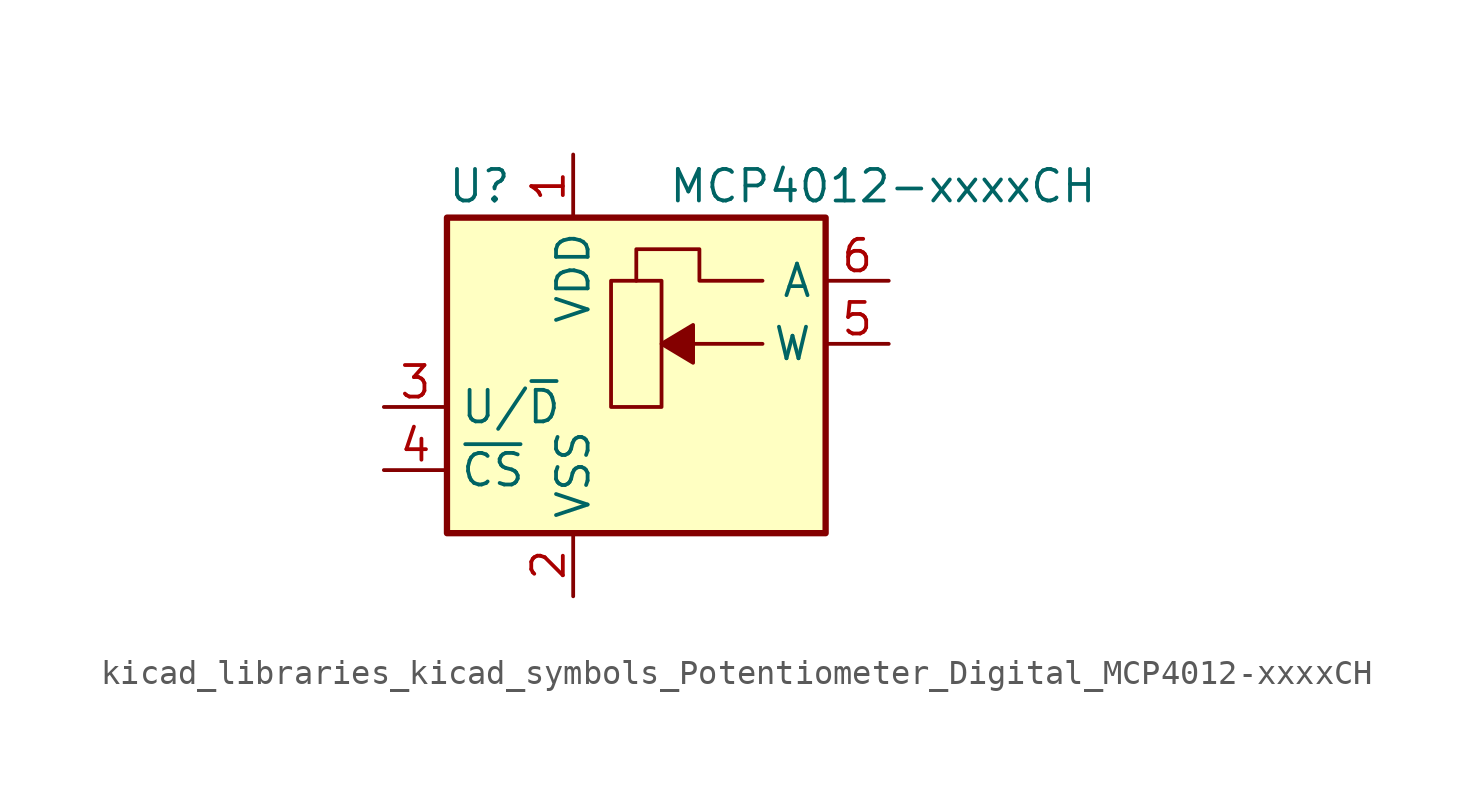
<source format=kicad_sym>
(kicad_symbol_lib
  (version 20220914)
  (generator kicad_symbol_editor)
  (symbol "kicad_libraries_kicad_symbols_Potentiometer_Digital_MCP4012-xxxxCH"
    (property "Reference" "U"
      (at -7.62 8.89 0)
      (effects (font (size 1.27 1.27)) (justify left)))
    (property "Value" "MCP4012-xxxxCH"
      (at 1.27 8.89 0)
      (effects (font (size 1.27 1.27)) (justify left)))
    (symbol "kicad_libraries_kicad_symbols_Potentiometer_Digital_MCP4012-xxxxCH_0_1"
      (polyline (pts (xy 5.08 2.54) (xy 3.81 2.54) (xy 1.27 2.54)) (stroke (width 0) (type default)) (fill (type none)))
      (polyline (pts (xy 2.286 1.778) (xy 2.286 3.302) (xy 1.016 2.54) (xy 2.286 1.778)) (stroke (width 0) (type default)) (fill (type outline)))
      (polyline (pts (xy 5.08 5.08) (xy 2.54 5.08) (xy 2.54 6.35) (xy 0 6.35) (xy 0 5.08)) (stroke (width 0) (type default)) (fill (type none)))
      (rectangle (start 1.016 0) (end -1.016 5.08) (stroke (width 0) (type default)) (fill (type none))))
    (symbol "kicad_libraries_kicad_symbols_Potentiometer_Digital_MCP4012-xxxxCH_1_1"
      (rectangle (start -7.62 7.62) (end 7.62 -5.08) (stroke (width 0.254) (type default)) (fill (type background)))
      (pin power_in line (at -2.54 10.16 270) (length 2.54) (name "VDD" (effects (font (size 1.27 1.27)))) (number "1" (effects (font (size 1.27 1.27)))))
      (pin power_in line (at -2.54 -7.62 90) (length 2.54) (name "VSS" (effects (font (size 1.27 1.27)))) (number "2" (effects (font (size 1.27 1.27)))))
      (pin input line (at -10.16 0 0) (length 2.54) (name "U/~{D}" (effects (font (size 1.27 1.27)))) (number "3" (effects (font (size 1.27 1.27)))))
      (pin input line (at -10.16 -2.54 0) (length 2.54) (name "~{CS}" (effects (font (size 1.27 1.27)))) (number "4" (effects (font (size 1.27 1.27)))))
      (pin passive line (at 10.16 2.54 180) (length 2.54) (name "W" (effects (font (size 1.27 1.27)))) (number "5" (effects (font (size 1.27 1.27)))))
      (pin passive line (at 10.16 5.08 180) (length 2.54) (name "A" (effects (font (size 1.27 1.27)))) (number "6" (effects (font (size 1.27 1.27))))))))
</source>
